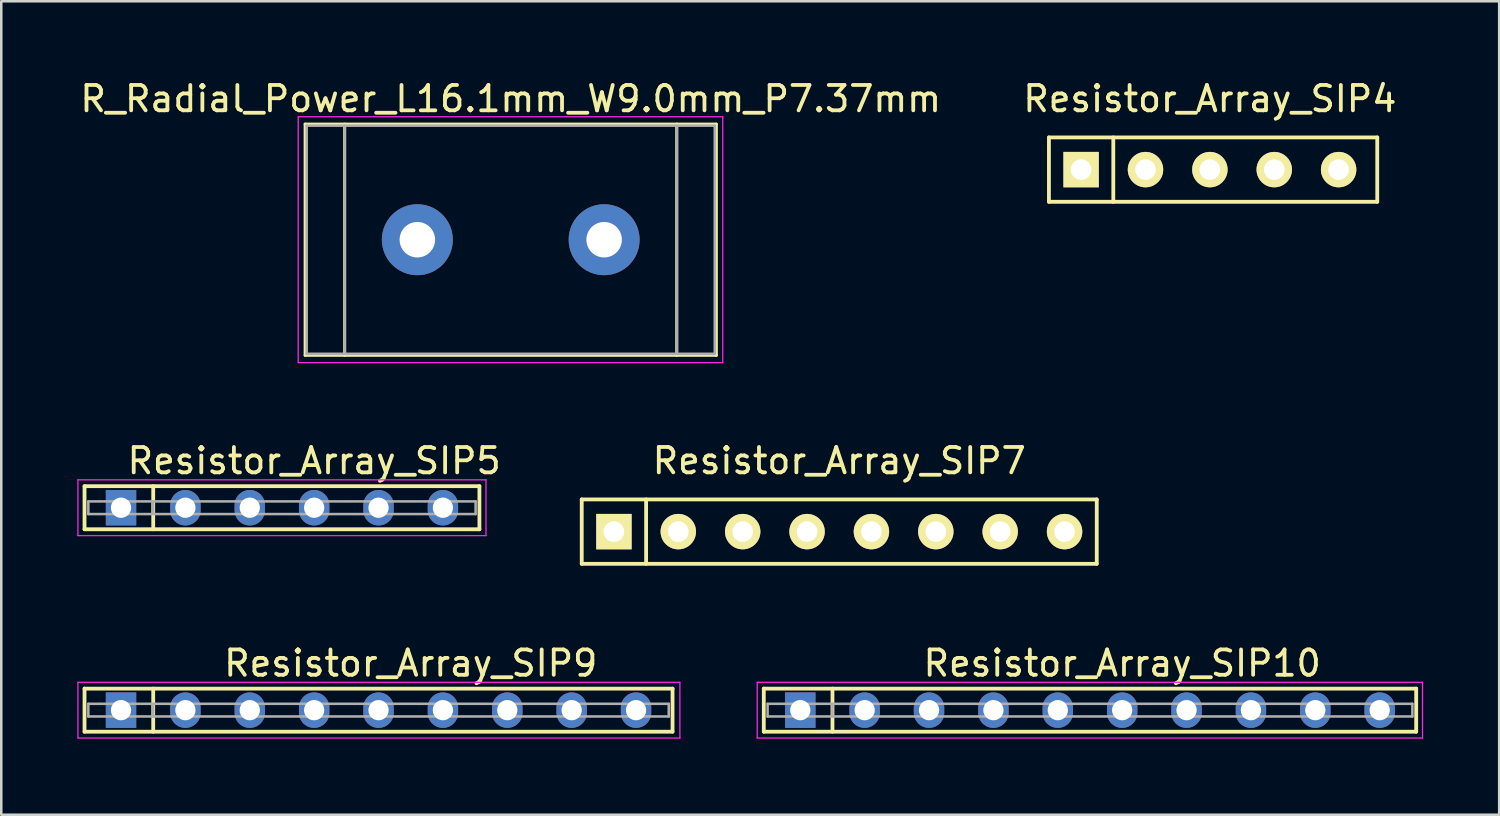
<source format=kicad_pcb>
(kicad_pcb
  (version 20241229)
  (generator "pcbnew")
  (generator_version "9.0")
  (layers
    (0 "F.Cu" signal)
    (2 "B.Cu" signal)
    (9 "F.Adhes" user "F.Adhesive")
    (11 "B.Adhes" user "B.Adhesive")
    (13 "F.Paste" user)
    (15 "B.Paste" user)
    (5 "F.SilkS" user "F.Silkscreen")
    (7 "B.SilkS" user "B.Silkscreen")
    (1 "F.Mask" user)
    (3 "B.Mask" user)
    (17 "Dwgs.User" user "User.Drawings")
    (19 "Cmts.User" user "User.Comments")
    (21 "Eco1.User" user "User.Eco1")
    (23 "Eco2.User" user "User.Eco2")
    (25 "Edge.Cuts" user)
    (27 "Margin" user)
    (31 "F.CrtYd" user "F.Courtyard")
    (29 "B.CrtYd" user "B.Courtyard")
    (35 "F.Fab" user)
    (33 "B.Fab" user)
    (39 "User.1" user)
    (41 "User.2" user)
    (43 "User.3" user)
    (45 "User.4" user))
  (footprint "Resistor_Array_SIP4"
    (layer "F.Cu")
    (at 44.685 3.642)
    (property "Reference" "Resistor_Array_SIP4" (at 0 -2.794 0) (layer "F.SilkS") (effects (font (size 1 1) (thickness 0.15))))
    (attr through_hole)
    (fp_line (start -6.35 1.27) (end -6.35 -1.27) (stroke (width 0.15) (type solid)) (layer "F.SilkS"))
    (fp_line (start -6.35 1.27) (end 6.604 1.27) (stroke (width 0.15) (type solid)) (layer "F.SilkS"))
    (fp_line (start -3.81 -1.27) (end -3.81 1.27) (stroke (width 0.15) (type solid)) (layer "F.SilkS"))
    (fp_line (start 6.604 -1.27) (end -6.35 -1.27) (stroke (width 0.15) (type solid)) (layer "F.SilkS"))
    (fp_line (start 6.604 1.27) (end 6.604 -1.27) (stroke (width 0.15) (type solid)) (layer "F.SilkS"))
    (pad "1" thru_hole rect (at -5.08 0) (size 1.397 1.397) (drill 0.813) (layers "*.Cu" "*.Mask" "F.SilkS"))
    (pad "2" thru_hole circle (at -2.54 0) (size 1.397 1.397) (drill 0.813) (layers "*.Cu" "*.Mask" "F.SilkS"))
    (pad "3" thru_hole circle (at 0 0) (size 1.397 1.397) (drill 0.813) (layers "*.Cu" "*.Mask" "F.SilkS"))
    (pad "4" thru_hole circle (at 2.54 0) (size 1.397 1.397) (drill 0.813) (layers "*.Cu" "*.Mask" "F.SilkS"))
    (pad "5" thru_hole circle (at 5.08 0) (size 1.397 1.397) (drill 0.813) (layers "*.Cu" "*.Mask" "F.SilkS")))
  (footprint "Resistor_Array_SIP7"
    (layer "F.Cu")
    (at 30.062 17.925)
    (property "Reference" "Resistor_Array_SIP7" (at 0 -2.794 0) (layer "F.SilkS") (effects (font (size 1 1) (thickness 0.15))))
    (attr through_hole)
    (fp_line (start -10.16 -1.27) (end 10.16 -1.27) (stroke (width 0.15) (type solid)) (layer "F.SilkS"))
    (fp_line (start -10.16 1.27) (end -10.16 -1.27) (stroke (width 0.15) (type solid)) (layer "F.SilkS"))
    (fp_line (start -7.62 -1.27) (end -7.62 1.27) (stroke (width 0.15) (type solid)) (layer "F.SilkS"))
    (fp_line (start 10.16 -1.27) (end 10.16 1.27) (stroke (width 0.15) (type solid)) (layer "F.SilkS"))
    (fp_line (start 10.16 1.27) (end -10.16 1.27) (stroke (width 0.15) (type solid)) (layer "F.SilkS"))
    (pad "1" thru_hole rect (at -8.89 0) (size 1.397 1.397) (drill 0.813) (layers "*.Cu" "*.Mask" "F.SilkS"))
    (pad "2" thru_hole circle (at -6.35 0) (size 1.397 1.397) (drill 0.813) (layers "*.Cu" "*.Mask" "F.SilkS"))
    (pad "3" thru_hole circle (at -3.81 0) (size 1.397 1.397) (drill 0.813) (layers "*.Cu" "*.Mask" "F.SilkS"))
    (pad "4" thru_hole circle (at -1.27 0) (size 1.397 1.397) (drill 0.813) (layers "*.Cu" "*.Mask" "F.SilkS"))
    (pad "5" thru_hole circle (at 1.27 0) (size 1.397 1.397) (drill 0.813) (layers "*.Cu" "*.Mask" "F.SilkS"))
    (pad "6" thru_hole circle (at 3.81 0) (size 1.397 1.397) (drill 0.813) (layers "*.Cu" "*.Mask" "F.SilkS"))
    (pad "7" thru_hole circle (at 6.35 0) (size 1.397 1.397) (drill 0.813) (layers "*.Cu" "*.Mask" "F.SilkS"))
    (pad "8" thru_hole circle (at 8.89 0) (size 1.397 1.397) (drill 0.813) (layers "*.Cu" "*.Mask" "F.SilkS")))
  (footprint "Resistor_Array_SIP10"
    (layer "F.Cu")
    (at 28.525 24.969)
    (property "Reference" "Resistor_Array_SIP10" (at 12.7 -1.85 0) (layer "F.SilkS") (effects (font (size 1 1) (thickness 0.15))))
    (attr through_hole)
    (fp_line (start -1.44 -0.85) (end -1.44 0.85) (stroke (width 0.15) (type solid)) (layer "F.SilkS"))
    (fp_line (start -1.44 0.85) (end 24.3 0.85) (stroke (width 0.15) (type solid)) (layer "F.SilkS"))
    (fp_line (start 1.27 -0.85) (end 1.27 0.85) (stroke (width 0.15) (type solid)) (layer "F.SilkS"))
    (fp_line (start 24.3 -0.85) (end -1.44 -0.85) (stroke (width 0.15) (type solid)) (layer "F.SilkS"))
    (fp_line (start 24.3 0.85) (end 24.3 -0.85) (stroke (width 0.15) (type solid)) (layer "F.SilkS"))
    (fp_line (start -1.7 -1.1) (end -1.7 1.1) (stroke (width 0.05) (type solid)) (layer "F.CrtYd"))
    (fp_line (start -1.7 1.1) (end 24.55 1.1) (stroke (width 0.05) (type solid)) (layer "F.CrtYd"))
    (fp_line (start 24.55 -1.1) (end -1.7 -1.1) (stroke (width 0.05) (type solid)) (layer "F.CrtYd"))
    (fp_line (start 24.55 1.1) (end 24.55 -1.1) (stroke (width 0.05) (type solid)) (layer "F.CrtYd"))
    (fp_line (start -1.29 -0.25) (end -1.29 0.25) (stroke (width 0.1) (type solid)) (layer "F.Fab"))
    (fp_line (start -1.29 0.25) (end 24.15 0.25) (stroke (width 0.1) (type solid)) (layer "F.Fab"))
    (fp_line (start 1.27 -0.25) (end 1.27 0.25) (stroke (width 0.1) (type solid)) (layer "F.Fab"))
    (fp_line (start 24.15 -0.25) (end -1.29 -0.25) (stroke (width 0.1) (type solid)) (layer "F.Fab"))
    (fp_line (start 24.15 0.25) (end 24.15 -0.25) (stroke (width 0.1) (type solid)) (layer "F.Fab"))
    (pad "1" thru_hole rect (at 0 0) (size 1.2 1.4) (drill 0.8) (layers "*.Cu" "*.Mask"))
    (pad "2" thru_hole oval (at 2.54 0) (size 1.2 1.4) (drill 0.8) (layers "*.Cu" "*.Mask"))
    (pad "3" thru_hole oval (at 5.08 0) (size 1.2 1.4) (drill 0.8) (layers "*.Cu" "*.Mask"))
    (pad "4" thru_hole oval (at 7.62 0) (size 1.2 1.4) (drill 0.8) (layers "*.Cu" "*.Mask"))
    (pad "5" thru_hole oval (at 10.16 0) (size 1.2 1.4) (drill 0.8) (layers "*.Cu" "*.Mask"))
    (pad "6" thru_hole oval (at 12.7 0) (size 1.2 1.4) (drill 0.8) (layers "*.Cu" "*.Mask"))
    (pad "7" thru_hole oval (at 15.24 0) (size 1.2 1.4) (drill 0.8) (layers "*.Cu" "*.Mask"))
    (pad "8" thru_hole oval (at 17.78 0) (size 1.2 1.4) (drill 0.8) (layers "*.Cu" "*.Mask"))
    (pad "9" thru_hole oval (at 20.32 0) (size 1.2 1.4) (drill 0.8) (layers "*.Cu" "*.Mask"))
    (pad "10" thru_hole oval (at 22.86 0) (size 1.2 1.4) (drill 0.8) (layers "*.Cu" "*.Mask")))
  (footprint "R_Radial_Power_L16.1mm_W9.0mm_P7.37mm"
    (layer "F.Cu")
    (at 13.416 6.408)
    (property "Reference" "R_Radial_Power_L16.1mm_W9.0mm_P7.37mm" (at 3.685 -5.56 0) (layer "F.SilkS") (effects (font (size 1 1) (thickness 0.15))))
    (attr through_hole)
    (fp_line (start -4.426 -4.56) (end -4.426 4.56) (stroke (width 0.12) (type solid)) (layer "F.SilkS"))
    (fp_line (start -4.426 -4.56) (end 11.796 -4.56) (stroke (width 0.12) (type solid)) (layer "F.SilkS"))
    (fp_line (start -4.426 4.56) (end 11.796 4.56) (stroke (width 0.12) (type solid)) (layer "F.SilkS"))
    (fp_line (start -2.866 -4.56) (end -2.866 4.56) (stroke (width 0.12) (type solid)) (layer "F.SilkS"))
    (fp_line (start 10.236 -4.56) (end 10.236 4.56) (stroke (width 0.12) (type solid)) (layer "F.SilkS"))
    (fp_line (start 11.796 -4.56) (end 11.796 4.56) (stroke (width 0.12) (type solid)) (layer "F.SilkS"))
    (fp_line (start -4.7 -4.85) (end -4.7 4.85) (stroke (width 0.05) (type solid)) (layer "F.CrtYd"))
    (fp_line (start -4.7 4.85) (end 12.05 4.85) (stroke (width 0.05) (type solid)) (layer "F.CrtYd"))
    (fp_line (start 12.05 -4.85) (end -4.7 -4.85) (stroke (width 0.05) (type solid)) (layer "F.CrtYd"))
    (fp_line (start 12.05 4.85) (end 12.05 -4.85) (stroke (width 0.05) (type solid)) (layer "F.CrtYd"))
    (fp_line (start -4.365 -4.5) (end -4.365 4.5) (stroke (width 0.1) (type solid)) (layer "F.Fab"))
    (fp_line (start -4.365 4.5) (end 11.735 4.5) (stroke (width 0.1) (type solid)) (layer "F.Fab"))
    (fp_line (start -2.865 -4.5) (end -2.865 4.5) (stroke (width 0.1) (type solid)) (layer "F.Fab"))
    (fp_line (start 10.235 -4.5) (end 10.235 4.5) (stroke (width 0.1) (type solid)) (layer "F.Fab"))
    (fp_line (start 11.735 -4.5) (end -4.365 -4.5) (stroke (width 0.1) (type solid)) (layer "F.Fab"))
    (fp_line (start 11.735 4.5) (end 11.735 -4.5) (stroke (width 0.1) (type solid)) (layer "F.Fab"))
    (pad "1" thru_hole circle (at 0 0) (size 2.8 2.8) (drill 1.4) (layers "*.Cu" "*.Mask"))
    (pad "2" thru_hole circle (at 7.37 0) (size 2.8 2.8) (drill 1.4) (layers "*.Cu" "*.Mask")))
  (footprint "Resistor_Array_SIP9"
    (layer "F.Cu")
    (at 1.725 24.969)
    (property "Reference" "Resistor_Array_SIP9" (at 11.43 -1.85 0) (layer "F.SilkS") (effects (font (size 1 1) (thickness 0.15))))
    (attr through_hole)
    (fp_line (start -1.44 -0.85) (end -1.44 0.85) (stroke (width 0.15) (type solid)) (layer "F.SilkS"))
    (fp_line (start -1.44 0.85) (end 21.76 0.85) (stroke (width 0.15) (type solid)) (layer "F.SilkS"))
    (fp_line (start 1.27 -0.85) (end 1.27 0.85) (stroke (width 0.15) (type solid)) (layer "F.SilkS"))
    (fp_line (start 21.76 -0.85) (end -1.44 -0.85) (stroke (width 0.15) (type solid)) (layer "F.SilkS"))
    (fp_line (start 21.76 0.85) (end 21.76 -0.85) (stroke (width 0.15) (type solid)) (layer "F.SilkS"))
    (fp_line (start -1.7 -1.1) (end -1.7 1.1) (stroke (width 0.05) (type solid)) (layer "F.CrtYd"))
    (fp_line (start -1.7 1.1) (end 22.05 1.1) (stroke (width 0.05) (type solid)) (layer "F.CrtYd"))
    (fp_line (start 22.05 -1.1) (end -1.7 -1.1) (stroke (width 0.05) (type solid)) (layer "F.CrtYd"))
    (fp_line (start 22.05 1.1) (end 22.05 -1.1) (stroke (width 0.05) (type solid)) (layer "F.CrtYd"))
    (fp_line (start -1.29 -0.25) (end -1.29 0.25) (stroke (width 0.1) (type solid)) (layer "F.Fab"))
    (fp_line (start -1.29 0.25) (end 21.61 0.25) (stroke (width 0.1) (type solid)) (layer "F.Fab"))
    (fp_line (start 1.27 -0.25) (end 1.27 0.25) (stroke (width 0.1) (type solid)) (layer "F.Fab"))
    (fp_line (start 21.61 -0.25) (end -1.29 -0.25) (stroke (width 0.1) (type solid)) (layer "F.Fab"))
    (fp_line (start 21.61 0.25) (end 21.61 -0.25) (stroke (width 0.1) (type solid)) (layer "F.Fab"))
    (pad "1" thru_hole rect (at 0 0) (size 1.2 1.4) (drill 0.8) (layers "*.Cu" "*.Mask"))
    (pad "2" thru_hole oval (at 2.54 0) (size 1.2 1.4) (drill 0.8) (layers "*.Cu" "*.Mask"))
    (pad "3" thru_hole oval (at 5.08 0) (size 1.2 1.4) (drill 0.8) (layers "*.Cu" "*.Mask"))
    (pad "4" thru_hole oval (at 7.62 0) (size 1.2 1.4) (drill 0.8) (layers "*.Cu" "*.Mask"))
    (pad "5" thru_hole oval (at 10.16 0) (size 1.2 1.4) (drill 0.8) (layers "*.Cu" "*.Mask"))
    (pad "6" thru_hole oval (at 12.7 0) (size 1.2 1.4) (drill 0.8) (layers "*.Cu" "*.Mask"))
    (pad "7" thru_hole oval (at 15.24 0) (size 1.2 1.4) (drill 0.8) (layers "*.Cu" "*.Mask"))
    (pad "8" thru_hole oval (at 17.78 0) (size 1.2 1.4) (drill 0.8) (layers "*.Cu" "*.Mask"))
    (pad "9" thru_hole oval (at 20.32 0) (size 1.2 1.4) (drill 0.8) (layers "*.Cu" "*.Mask")))
  (footprint "Resistor_Array_SIP5"
    (layer "F.Cu")
    (at 1.725 16.982)
    (property "Reference" "Resistor_Array_SIP5" (at 7.62 -1.85 0) (layer "F.SilkS") (effects (font (size 1 1) (thickness 0.15))))
    (attr through_hole)
    (fp_line (start -1.44 -0.85) (end -1.44 0.85) (stroke (width 0.15) (type solid)) (layer "F.SilkS"))
    (fp_line (start -1.44 0.85) (end 14.14 0.85) (stroke (width 0.15) (type solid)) (layer "F.SilkS"))
    (fp_line (start 1.27 -0.85) (end 1.27 0.85) (stroke (width 0.15) (type solid)) (layer "F.SilkS"))
    (fp_line (start 14.14 -0.85) (end -1.44 -0.85) (stroke (width 0.15) (type solid)) (layer "F.SilkS"))
    (fp_line (start 14.14 0.85) (end 14.14 -0.85) (stroke (width 0.15) (type solid)) (layer "F.SilkS"))
    (fp_line (start -1.7 -1.1) (end -1.7 1.1) (stroke (width 0.05) (type solid)) (layer "F.CrtYd"))
    (fp_line (start -1.7 1.1) (end 14.4 1.1) (stroke (width 0.05) (type solid)) (layer "F.CrtYd"))
    (fp_line (start 14.4 -1.1) (end -1.7 -1.1) (stroke (width 0.05) (type solid)) (layer "F.CrtYd"))
    (fp_line (start 14.4 1.1) (end 14.4 -1.1) (stroke (width 0.05) (type solid)) (layer "F.CrtYd"))
    (fp_line (start -1.29 -0.25) (end -1.29 0.25) (stroke (width 0.1) (type solid)) (layer "F.Fab"))
    (fp_line (start -1.29 0.25) (end 13.99 0.25) (stroke (width 0.1) (type solid)) (layer "F.Fab"))
    (fp_line (start 1.27 -0.25) (end 1.27 0.25) (stroke (width 0.1) (type solid)) (layer "F.Fab"))
    (fp_line (start 13.99 -0.25) (end -1.29 -0.25) (stroke (width 0.1) (type solid)) (layer "F.Fab"))
    (fp_line (start 13.99 0.25) (end 13.99 -0.25) (stroke (width 0.1) (type solid)) (layer "F.Fab"))
    (pad "1" thru_hole rect (at 0 0) (size 1.2 1.4) (drill 0.8) (layers "*.Cu" "*.Mask"))
    (pad "2" thru_hole oval (at 2.54 0) (size 1.2 1.4) (drill 0.8) (layers "*.Cu" "*.Mask"))
    (pad "3" thru_hole oval (at 5.08 0) (size 1.2 1.4) (drill 0.8) (layers "*.Cu" "*.Mask"))
    (pad "4" thru_hole oval (at 7.62 0) (size 1.2 1.4) (drill 0.8) (layers "*.Cu" "*.Mask"))
    (pad "5" thru_hole oval (at 10.16 0) (size 1.2 1.4) (drill 0.8) (layers "*.Cu" "*.Mask"))
    (pad "6" thru_hole oval (at 12.7 0) (size 1.2 1.4) (drill 0.8) (layers "*.Cu" "*.Mask")))
  (gr_rect
    (start -3 -3)
    (end 56.1 29.094)
    (stroke (width 0.1) (type default))
    (fill no)
    (layer "Edge.Cuts")))
</source>
